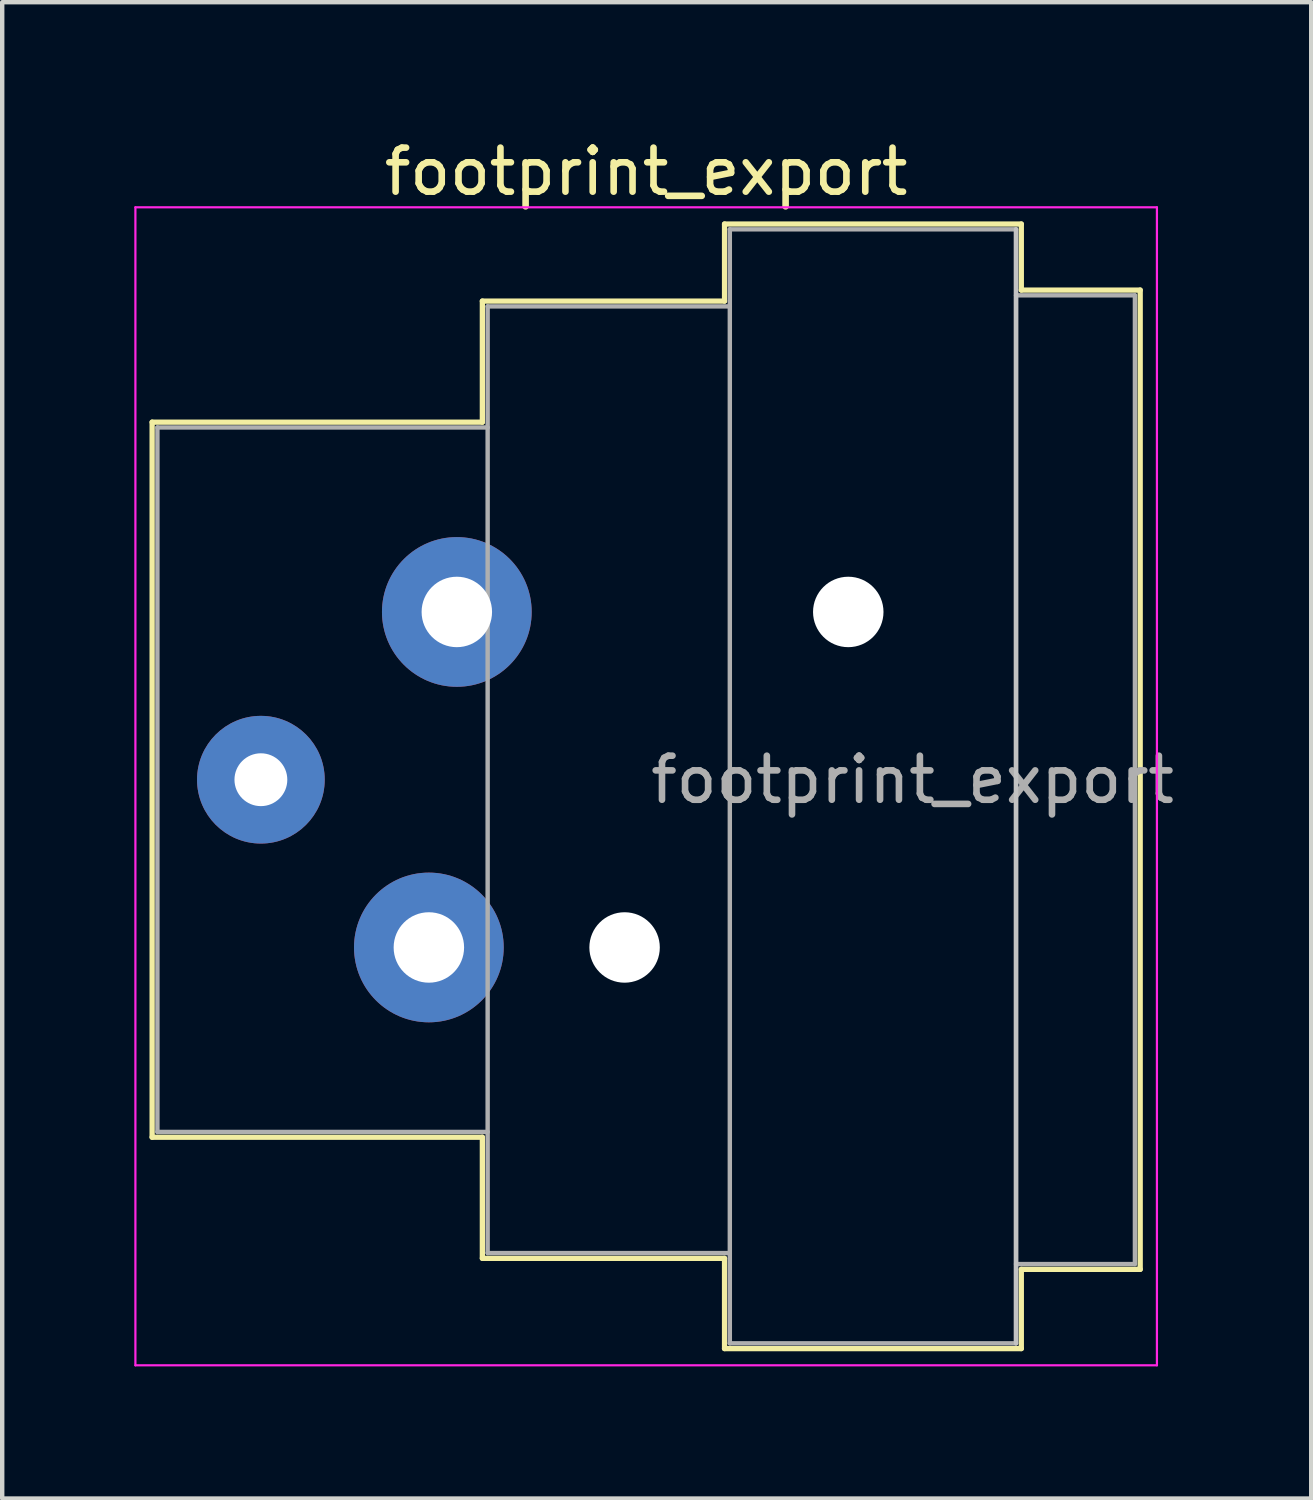
<source format=kicad_pcb>
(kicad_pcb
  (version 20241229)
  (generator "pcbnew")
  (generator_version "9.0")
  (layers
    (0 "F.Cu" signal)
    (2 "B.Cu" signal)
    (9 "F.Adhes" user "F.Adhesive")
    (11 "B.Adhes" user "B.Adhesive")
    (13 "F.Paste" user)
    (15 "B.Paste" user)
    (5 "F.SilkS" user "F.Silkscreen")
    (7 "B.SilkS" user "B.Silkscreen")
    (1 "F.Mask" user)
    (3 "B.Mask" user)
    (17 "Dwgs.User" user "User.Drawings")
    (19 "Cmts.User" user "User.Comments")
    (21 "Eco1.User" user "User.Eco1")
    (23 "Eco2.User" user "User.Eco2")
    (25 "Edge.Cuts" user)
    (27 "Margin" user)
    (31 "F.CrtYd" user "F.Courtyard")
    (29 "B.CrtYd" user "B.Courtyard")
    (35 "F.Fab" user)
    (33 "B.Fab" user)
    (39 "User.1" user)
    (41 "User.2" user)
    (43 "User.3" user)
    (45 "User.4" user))
  (footprint "footprint_export"
    (layer "F.Cu")
    (at 7.325 10.848)
    (property "Reference" "footprint_export" (at 4.3 -10 0) (layer "F.SilkS") (effects (font (size 1 1) (thickness 0.15))))
    (attr through_hole)
    (fp_line (start -6.92 -4.31) (end -6.92 11.93) (stroke (width 0.12) (type solid)) (layer "F.SilkS"))
    (fp_line (start 0.58 -7.06) (end 0.58 -4.31) (stroke (width 0.12) (type solid)) (layer "F.SilkS"))
    (fp_line (start 0.58 -4.31) (end -6.92 -4.31) (stroke (width 0.12) (type solid)) (layer "F.SilkS"))
    (fp_line (start 0.58 11.93) (end -6.92 11.93) (stroke (width 0.12) (type solid)) (layer "F.SilkS"))
    (fp_line (start 0.58 11.93) (end 0.58 14.68) (stroke (width 0.12) (type solid)) (layer "F.SilkS"))
    (fp_line (start 6.08 -7.06) (end 0.58 -7.06) (stroke (width 0.12) (type solid)) (layer "F.SilkS"))
    (fp_line (start 6.08 -7.06) (end 6.08 -8.81) (stroke (width 0.12) (type solid)) (layer "F.SilkS"))
    (fp_line (start 6.08 14.68) (end 0.58 14.68) (stroke (width 0.12) (type solid)) (layer "F.SilkS"))
    (fp_line (start 6.08 16.73) (end 6.08 14.68) (stroke (width 0.12) (type solid)) (layer "F.SilkS"))
    (fp_line (start 12.82 -8.81) (end 6.08 -8.81) (stroke (width 0.12) (type solid)) (layer "F.SilkS"))
    (fp_line (start 12.82 -8.81) (end 12.82 -7.31) (stroke (width 0.12) (type solid)) (layer "F.SilkS"))
    (fp_line (start 12.82 -7.31) (end 15.52 -7.31) (stroke (width 0.12) (type solid)) (layer "F.SilkS"))
    (fp_line (start 12.82 14.93) (end 12.82 16.73) (stroke (width 0.12) (type solid)) (layer "F.SilkS"))
    (fp_line (start 12.82 14.93) (end 15.52 14.93) (stroke (width 0.12) (type solid)) (layer "F.SilkS"))
    (fp_line (start 12.82 16.73) (end 6.08 16.73) (stroke (width 0.12) (type solid)) (layer "F.SilkS"))
    (fp_line (start 15.52 -7.31) (end 15.52 14.93) (stroke (width 0.12) (type solid)) (layer "F.SilkS"))
    (fp_line (start 12.7 -8.69) (end 12.7 16.61) (stroke (width 0.1) (type solid)) (layer "Dwgs.User"))
    (fp_line (start -7.3 -9.19) (end -7.3 17.11) (stroke (width 0.05) (type solid)) (layer "F.CrtYd"))
    (fp_line (start 15.9 -9.19) (end -7.3 -9.19) (stroke (width 0.05) (type solid)) (layer "F.CrtYd"))
    (fp_line (start 15.9 -9.19) (end 15.9 17.11) (stroke (width 0.05) (type solid)) (layer "F.CrtYd"))
    (fp_line (start 15.9 17.11) (end -7.3 17.11) (stroke (width 0.05) (type solid)) (layer "F.CrtYd"))
    (fp_line (start -6.8 -4.19) (end -6.8 11.81) (stroke (width 0.1) (type solid)) (layer "F.Fab"))
    (fp_line (start -6.8 11.81) (end 0.7 11.81) (stroke (width 0.1) (type solid)) (layer "F.Fab"))
    (fp_line (start 0.7 -6.94) (end 0.7 14.56) (stroke (width 0.1) (type solid)) (layer "F.Fab"))
    (fp_line (start 0.7 -4.19) (end -6.8 -4.19) (stroke (width 0.1) (type solid)) (layer "F.Fab"))
    (fp_line (start 0.7 14.56) (end 6.2 14.56) (stroke (width 0.1) (type solid)) (layer "F.Fab"))
    (fp_line (start 6.2 -8.69) (end 12.7 -8.69) (stroke (width 0.1) (type solid)) (layer "F.Fab"))
    (fp_line (start 6.2 -6.94) (end 0.7 -6.94) (stroke (width 0.1) (type solid)) (layer "F.Fab"))
    (fp_line (start 6.2 16.61) (end 6.2 -8.69) (stroke (width 0.1) (type solid)) (layer "F.Fab"))
    (fp_line (start 12.7 -8.69) (end 12.7 16.61) (stroke (width 0.1) (type solid)) (layer "F.Fab"))
    (fp_line (start 12.7 -7.19) (end 15.4 -7.19) (stroke (width 0.1) (type solid)) (layer "F.Fab"))
    (fp_line (start 12.7 16.61) (end 6.2 16.61) (stroke (width 0.1) (type solid)) (layer "F.Fab"))
    (fp_line (start 15.4 -7.19) (end 15.4 14.81) (stroke (width 0.1) (type solid)) (layer "F.Fab"))
    (fp_line (start 15.4 14.81) (end 12.7 14.81) (stroke (width 0.1) (type solid)) (layer "F.Fab"))
    (fp_text user "${REFERENCE}" (at 10.35 3.81 0) (layer "F.Fab") (effects (font (size 1 1) (thickness 0.15))))
    (pad "" np_thru_hole circle (at 3.81 7.62) (size 1.6 1.6) (drill 1.6) (layers "*.Cu" "*.Mask"))
    (pad "" np_thru_hole circle (at 8.89 0) (size 1.6 1.6) (drill 1.6) (layers "*.Cu" "*.Mask"))
    (pad "1" thru_hole circle (at 0 0) (size 3.4 3.4) (drill 1.6) (layers "*.Cu" "*.Mask"))
    (pad "2" thru_hole circle (at -0.635 7.62) (size 3.4 3.4) (drill 1.6) (layers "*.Cu" "*.Mask"))
    (pad "3" thru_hole circle (at -4.45 3.81) (size 2.9 2.9) (drill 1.2) (layers "*.Cu" "*.Mask")))
  (gr_rect
    (start -3 -3)
    (end 26.729 30.983)
    (stroke (width 0.1) (type default))
    (fill no)
    (layer "Edge.Cuts")))
</source>
